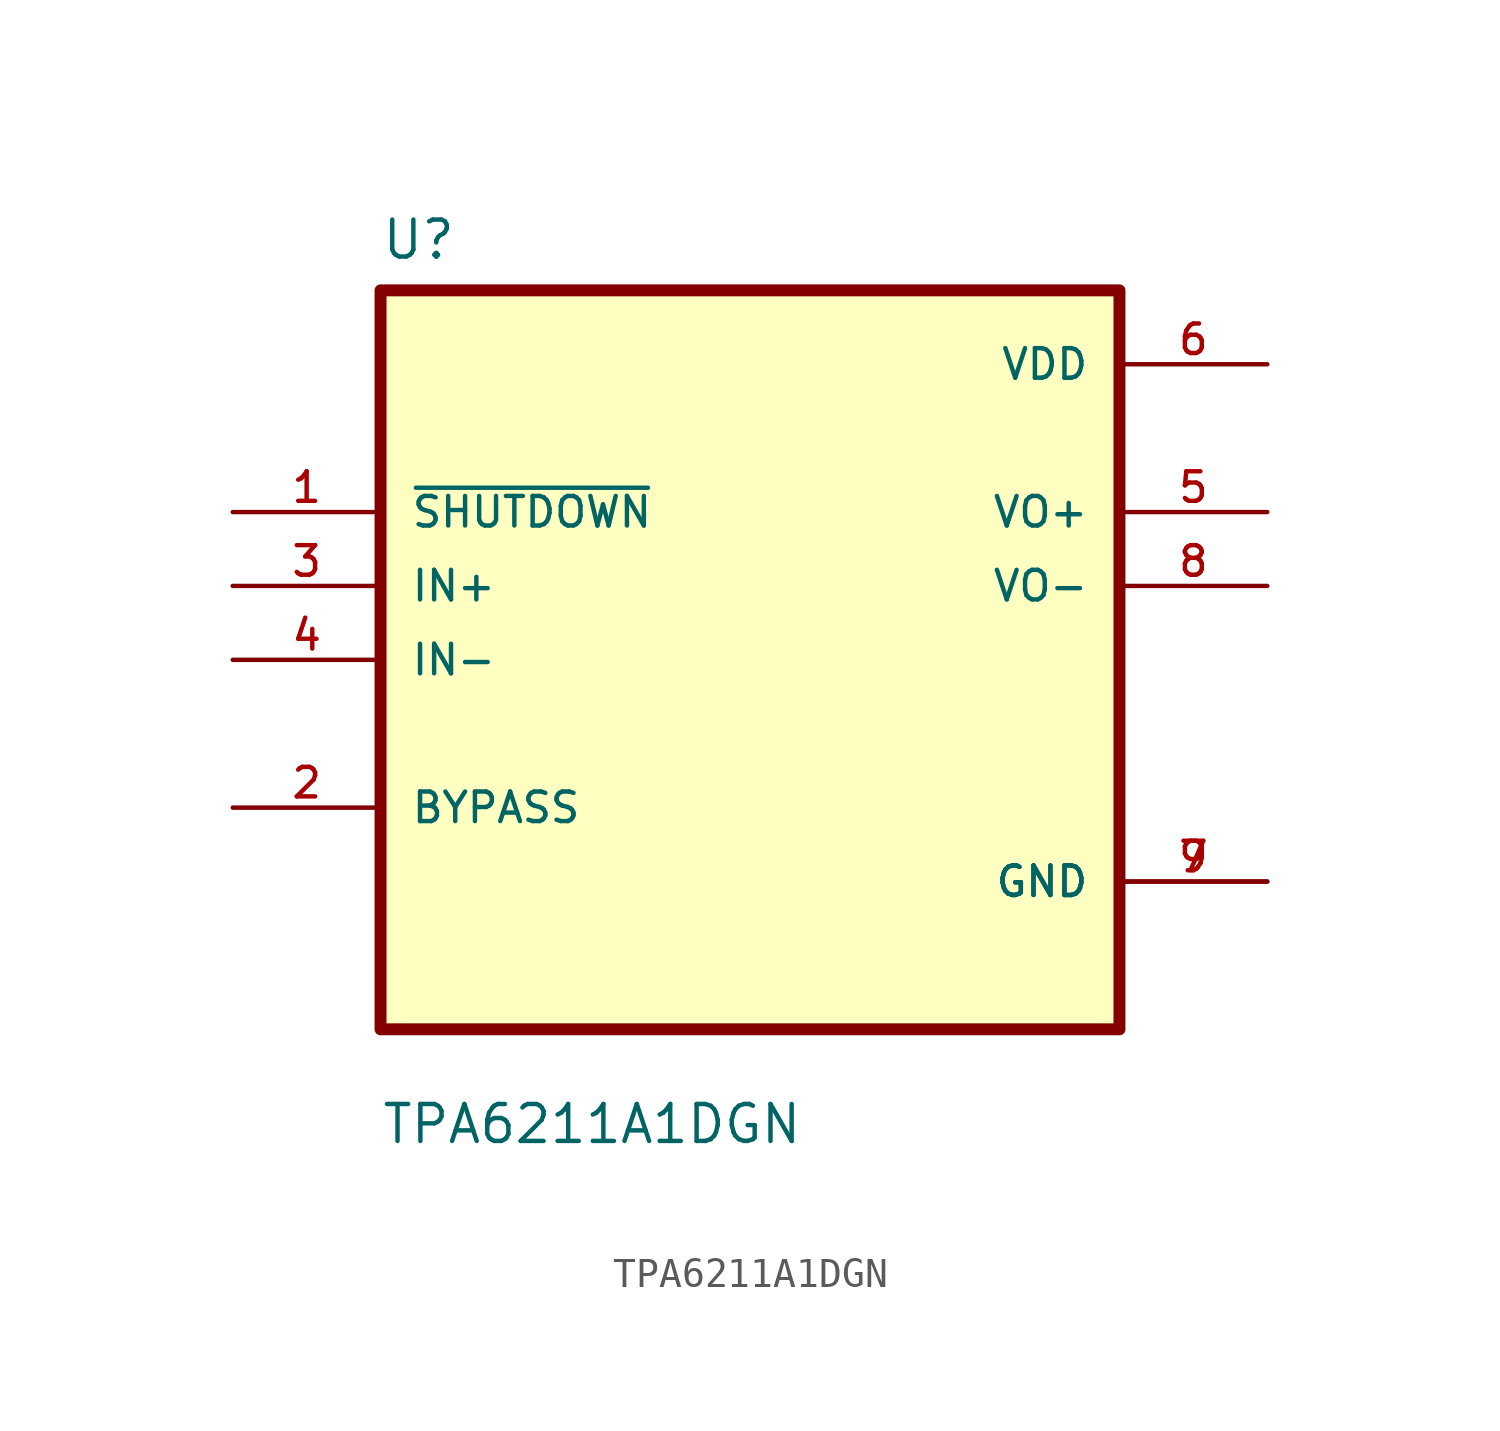
<source format=kicad_sym>
(kicad_symbol_lib
  (version 20220914)
  (generator kicad_symbol_editor)
  (symbol "TPA6211A1DGN"
    (pin_names
      (offset 1.016))
    (property "Reference" "U"
      (at -12.7 13.7 0)
      (effects (font (size 1.27 1.27)) (justify left bottom)))
    (property "Value" "TPA6211A1DGN"
      (at -12.7 -16.7 0)
      (effects (font (size 1.27 1.27)) (justify left bottom)))
    (symbol "TPA6211A1DGN_0_0"
      (rectangle (start -12.7 -12.7) (end 12.7 12.7) (stroke (width 0.41) (type default)) (fill (type background)))
      (pin input line (at -17.78 5.08 0) (length 5.08) (name "~{SHUTDOWN}" (effects (font (size 1.016 1.016)))) (number "1" (effects (font (size 1.016 1.016)))))
      (pin bidirectional line (at -17.78 -5.08 0) (length 5.08) (name "BYPASS" (effects (font (size 1.016 1.016)))) (number "2" (effects (font (size 1.016 1.016)))))
      (pin input line (at -17.78 2.54 0) (length 5.08) (name "IN+" (effects (font (size 1.016 1.016)))) (number "3" (effects (font (size 1.016 1.016)))))
      (pin input line (at -17.78 0 0) (length 5.08) (name "IN-" (effects (font (size 1.016 1.016)))) (number "4" (effects (font (size 1.016 1.016)))))
      (pin output line (at 17.78 5.08 180) (length 5.08) (name "VO+" (effects (font (size 1.016 1.016)))) (number "5" (effects (font (size 1.016 1.016)))))
      (pin power_in line (at 17.78 10.16 180) (length 5.08) (name "VDD" (effects (font (size 1.016 1.016)))) (number "6" (effects (font (size 1.016 1.016)))))
      (pin power_in line (at 17.78 -7.62 180) (length 5.08) (name "GND" (effects (font (size 1.016 1.016)))) (number "7" (effects (font (size 1.016 1.016)))))
      (pin output line (at 17.78 2.54 180) (length 5.08) (name "VO-" (effects (font (size 1.016 1.016)))) (number "8" (effects (font (size 1.016 1.016)))))
      (pin power_in line (at 17.78 -7.62 180) (length 5.08) (name "GND" (effects (font (size 1.016 1.016)))) (number "9" (effects (font (size 1.016 1.016))))))))
</source>
